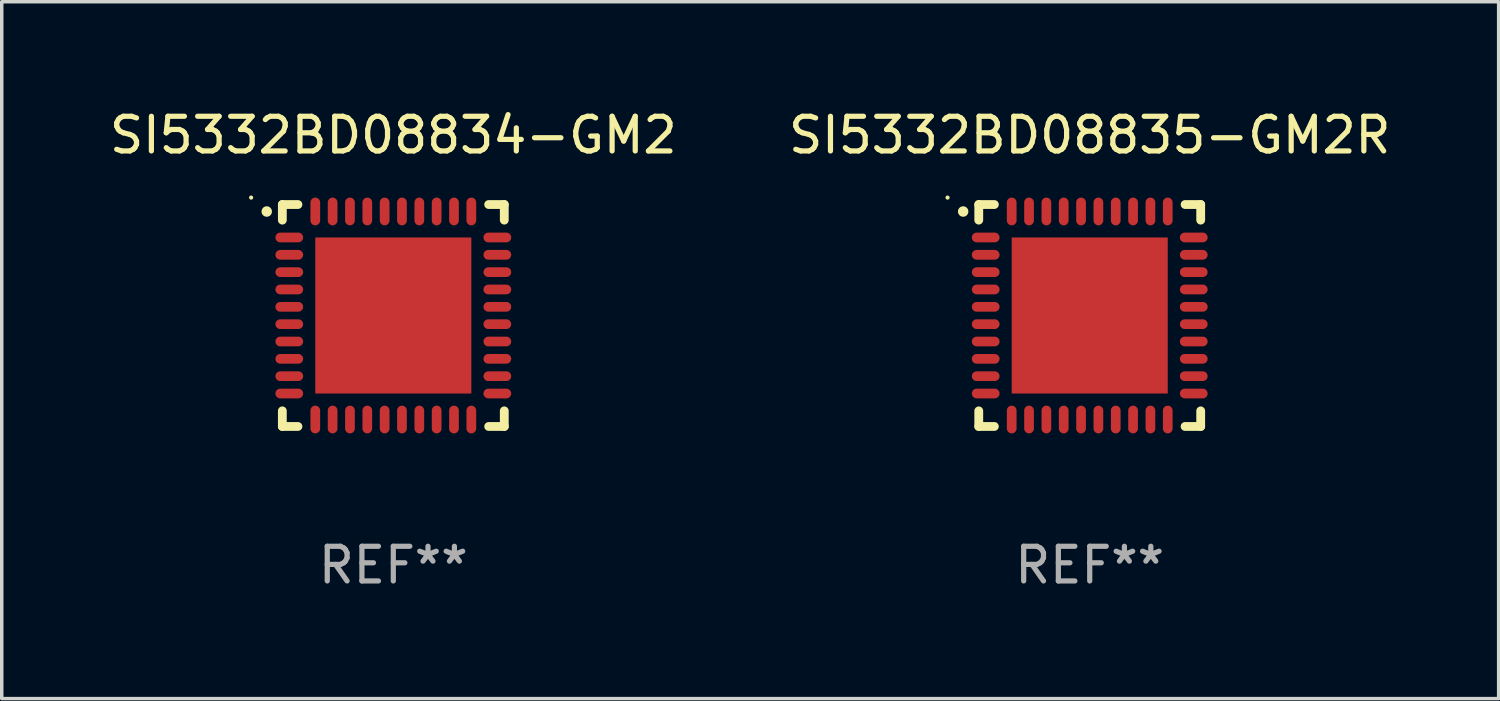
<source format=kicad_pcb>
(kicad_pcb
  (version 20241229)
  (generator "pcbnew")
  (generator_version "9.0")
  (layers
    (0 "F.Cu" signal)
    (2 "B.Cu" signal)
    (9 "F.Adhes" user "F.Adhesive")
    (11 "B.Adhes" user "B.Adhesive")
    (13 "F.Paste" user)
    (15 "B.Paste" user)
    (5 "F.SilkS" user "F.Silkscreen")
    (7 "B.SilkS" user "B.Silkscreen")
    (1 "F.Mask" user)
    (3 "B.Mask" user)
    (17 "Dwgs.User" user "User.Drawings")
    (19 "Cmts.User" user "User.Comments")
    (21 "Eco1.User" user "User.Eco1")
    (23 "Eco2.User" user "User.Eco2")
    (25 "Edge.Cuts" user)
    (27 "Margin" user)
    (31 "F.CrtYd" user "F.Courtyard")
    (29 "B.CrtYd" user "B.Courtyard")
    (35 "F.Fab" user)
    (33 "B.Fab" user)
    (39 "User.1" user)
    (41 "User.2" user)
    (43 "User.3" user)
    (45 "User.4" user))
  (footprint "SI5332BD08835-GM2R"
    (layer "F.Cu")
    (at 28.375 6.048)
    (property "Reference" "SI5332BD08835-GM2R" (at 0 -5.2 0) (layer "F.SilkS") (effects (font (size 1 1) (thickness 0.15))))
    (attr through_hole)
    (fp_line (start -3.2 -3.2) (end -2.75 -3.2) (stroke (width 0.254) (type solid)) (layer "F.SilkS"))
    (fp_line (start -3.2 -2.75) (end -3.2 -3.2) (stroke (width 0.254) (type solid)) (layer "F.SilkS"))
    (fp_line (start -3.2 3.2) (end -3.2 2.75) (stroke (width 0.254) (type solid)) (layer "F.SilkS"))
    (fp_line (start -2.75 3.2) (end -3.2 3.2) (stroke (width 0.254) (type solid)) (layer "F.SilkS"))
    (fp_line (start 2.75 3.2) (end 3.2 3.2) (stroke (width 0.254) (type solid)) (layer "F.SilkS"))
    (fp_line (start 3.2 -3.2) (end 2.75 -3.2) (stroke (width 0.254) (type solid)) (layer "F.SilkS"))
    (fp_line (start 3.2 -2.75) (end 3.2 -3.2) (stroke (width 0.254) (type solid)) (layer "F.SilkS"))
    (fp_line (start 3.2 3.2) (end 3.2 2.75) (stroke (width 0.254) (type solid)) (layer "F.SilkS"))
    (fp_arc (start -3.649987 -2.997206) (mid -3.649992 -2.998476) (end -3.649987 -2.999746) (stroke (width 0.3) (type solid)) (layer "F.SilkS"))
    (fp_circle (center -4.1 -3.4) (end -4.07 -3.4) (stroke (width 0.06) (type solid)) (fill no) (layer "F.SilkS"))
    (fp_text user "REF**" (at 0 7.2 0) (layer "F.Fab") (effects (font (size 1 1) (thickness 0.15))))
    (pad "1" smd oval (at -3 -2.25 90) (size 0.28 0.8) (layers "F.Cu" "F.Mask" "F.Paste"))
    (pad "2" smd oval (at -3 -1.75 90) (size 0.28 0.8) (layers "F.Cu" "F.Mask" "F.Paste"))
    (pad "3" smd oval (at -3 -1.25 90) (size 0.28 0.8) (layers "F.Cu" "F.Mask" "F.Paste"))
    (pad "4" smd oval (at -3 -0.75 90) (size 0.28 0.8) (layers "F.Cu" "F.Mask" "F.Paste"))
    (pad "5" smd oval (at -3 -0.25 90) (size 0.28 0.8) (layers "F.Cu" "F.Mask" "F.Paste"))
    (pad "6" smd oval (at -3 0.25 90) (size 0.28 0.8) (layers "F.Cu" "F.Mask" "F.Paste"))
    (pad "7" smd oval (at -3 0.75 90) (size 0.28 0.8) (layers "F.Cu" "F.Mask" "F.Paste"))
    (pad "8" smd oval (at -3 1.25 90) (size 0.28 0.8) (layers "F.Cu" "F.Mask" "F.Paste"))
    (pad "9" smd oval (at -3 1.75 90) (size 0.28 0.8) (layers "F.Cu" "F.Mask" "F.Paste"))
    (pad "10" smd oval (at -3 2.25 90) (size 0.28 0.8) (layers "F.Cu" "F.Mask" "F.Paste"))
    (pad "11" smd oval (at -2.25 3) (size 0.28 0.8) (layers "F.Cu" "F.Mask" "F.Paste"))
    (pad "12" smd oval (at -1.75 3) (size 0.28 0.8) (layers "F.Cu" "F.Mask" "F.Paste"))
    (pad "13" smd oval (at -1.25 3) (size 0.28 0.8) (layers "F.Cu" "F.Mask" "F.Paste"))
    (pad "14" smd oval (at -0.75 3) (size 0.28 0.8) (layers "F.Cu" "F.Mask" "F.Paste"))
    (pad "15" smd oval (at -0.25 3) (size 0.28 0.8) (layers "F.Cu" "F.Mask" "F.Paste"))
    (pad "16" smd oval (at 0.25 3) (size 0.28 0.8) (layers "F.Cu" "F.Mask" "F.Paste"))
    (pad "17" smd oval (at 0.75 3) (size 0.28 0.8) (layers "F.Cu" "F.Mask" "F.Paste"))
    (pad "18" smd oval (at 1.25 3) (size 0.28 0.8) (layers "F.Cu" "F.Mask" "F.Paste"))
    (pad "19" smd oval (at 1.75 3) (size 0.28 0.8) (layers "F.Cu" "F.Mask" "F.Paste"))
    (pad "20" smd oval (at 2.25 3) (size 0.28 0.8) (layers "F.Cu" "F.Mask" "F.Paste"))
    (pad "21" smd oval (at 3 2.25 90) (size 0.28 0.8) (layers "F.Cu" "F.Mask" "F.Paste"))
    (pad "22" smd oval (at 3 1.75 90) (size 0.28 0.8) (layers "F.Cu" "F.Mask" "F.Paste"))
    (pad "23" smd oval (at 3 1.25 90) (size 0.28 0.8) (layers "F.Cu" "F.Mask" "F.Paste"))
    (pad "24" smd oval (at 3 0.75 90) (size 0.28 0.8) (layers "F.Cu" "F.Mask" "F.Paste"))
    (pad "25" smd oval (at 3 0.25 90) (size 0.28 0.8) (layers "F.Cu" "F.Mask" "F.Paste"))
    (pad "26" smd oval (at 3 -0.25 90) (size 0.28 0.8) (layers "F.Cu" "F.Mask" "F.Paste"))
    (pad "27" smd oval (at 3 -0.75 90) (size 0.28 0.8) (layers "F.Cu" "F.Mask" "F.Paste"))
    (pad "28" smd oval (at 3 -1.25 90) (size 0.28 0.8) (layers "F.Cu" "F.Mask" "F.Paste"))
    (pad "29" smd oval (at 3 -1.75 90) (size 0.28 0.8) (layers "F.Cu" "F.Mask" "F.Paste"))
    (pad "30" smd oval (at 3 -2.25 90) (size 0.28 0.8) (layers "F.Cu" "F.Mask" "F.Paste"))
    (pad "31" smd oval (at 2.25 -3) (size 0.28 0.8) (layers "F.Cu" "F.Mask" "F.Paste"))
    (pad "32" smd oval (at 1.75 -3) (size 0.28 0.8) (layers "F.Cu" "F.Mask" "F.Paste"))
    (pad "33" smd oval (at 1.25 -3) (size 0.28 0.8) (layers "F.Cu" "F.Mask" "F.Paste"))
    (pad "34" smd oval (at 0.75 -3) (size 0.28 0.8) (layers "F.Cu" "F.Mask" "F.Paste"))
    (pad "35" smd oval (at 0.25 -3) (size 0.28 0.8) (layers "F.Cu" "F.Mask" "F.Paste"))
    (pad "36" smd oval (at -0.25 -3) (size 0.28 0.8) (layers "F.Cu" "F.Mask" "F.Paste"))
    (pad "37" smd oval (at -0.75 -3) (size 0.28 0.8) (layers "F.Cu" "F.Mask" "F.Paste"))
    (pad "38" smd oval (at -1.25 -3) (size 0.28 0.8) (layers "F.Cu" "F.Mask" "F.Paste"))
    (pad "39" smd oval (at -1.75 -3) (size 0.28 0.8) (layers "F.Cu" "F.Mask" "F.Paste"))
    (pad "40" smd oval (at -2.25 -3) (size 0.28 0.8) (layers "F.Cu" "F.Mask" "F.Paste"))
    (pad "41" smd rect (at 0 0) (size 4.5 4.5) (layers "F.Cu" "F.Mask" "F.Paste")))
  (footprint "SI5332BD08834-GM2"
    (layer "F.Cu")
    (at 8.292 6.048)
    (property "Reference" "SI5332BD08834-GM2" (at 0 -5.2 0) (layer "F.SilkS") (effects (font (size 1 1) (thickness 0.15))))
    (attr through_hole)
    (fp_line (start -3.2 -3.2) (end -2.75 -3.2) (stroke (width 0.254) (type solid)) (layer "F.SilkS"))
    (fp_line (start -3.2 -2.75) (end -3.2 -3.2) (stroke (width 0.254) (type solid)) (layer "F.SilkS"))
    (fp_line (start -3.2 3.2) (end -3.2 2.75) (stroke (width 0.254) (type solid)) (layer "F.SilkS"))
    (fp_line (start -2.75 3.2) (end -3.2 3.2) (stroke (width 0.254) (type solid)) (layer "F.SilkS"))
    (fp_line (start 2.75 3.2) (end 3.2 3.2) (stroke (width 0.254) (type solid)) (layer "F.SilkS"))
    (fp_line (start 3.2 -3.2) (end 2.75 -3.2) (stroke (width 0.254) (type solid)) (layer "F.SilkS"))
    (fp_line (start 3.2 -2.75) (end 3.2 -3.2) (stroke (width 0.254) (type solid)) (layer "F.SilkS"))
    (fp_line (start 3.2 3.2) (end 3.2 2.75) (stroke (width 0.254) (type solid)) (layer "F.SilkS"))
    (fp_arc (start -3.649987 -2.997206) (mid -3.649992 -2.998476) (end -3.649987 -2.999746) (stroke (width 0.3) (type solid)) (layer "F.SilkS"))
    (fp_circle (center -4.1 -3.4) (end -4.07 -3.4) (stroke (width 0.06) (type solid)) (fill no) (layer "F.SilkS"))
    (fp_text user "REF**" (at 0 7.2 0) (layer "F.Fab") (effects (font (size 1 1) (thickness 0.15))))
    (pad "1" smd oval (at -3 -2.25 90) (size 0.28 0.8) (layers "F.Cu" "F.Mask" "F.Paste"))
    (pad "2" smd oval (at -3 -1.75 90) (size 0.28 0.8) (layers "F.Cu" "F.Mask" "F.Paste"))
    (pad "3" smd oval (at -3 -1.25 90) (size 0.28 0.8) (layers "F.Cu" "F.Mask" "F.Paste"))
    (pad "4" smd oval (at -3 -0.75 90) (size 0.28 0.8) (layers "F.Cu" "F.Mask" "F.Paste"))
    (pad "5" smd oval (at -3 -0.25 90) (size 0.28 0.8) (layers "F.Cu" "F.Mask" "F.Paste"))
    (pad "6" smd oval (at -3 0.25 90) (size 0.28 0.8) (layers "F.Cu" "F.Mask" "F.Paste"))
    (pad "7" smd oval (at -3 0.75 90) (size 0.28 0.8) (layers "F.Cu" "F.Mask" "F.Paste"))
    (pad "8" smd oval (at -3 1.25 90) (size 0.28 0.8) (layers "F.Cu" "F.Mask" "F.Paste"))
    (pad "9" smd oval (at -3 1.75 90) (size 0.28 0.8) (layers "F.Cu" "F.Mask" "F.Paste"))
    (pad "10" smd oval (at -3 2.25 90) (size 0.28 0.8) (layers "F.Cu" "F.Mask" "F.Paste"))
    (pad "11" smd oval (at -2.25 3) (size 0.28 0.8) (layers "F.Cu" "F.Mask" "F.Paste"))
    (pad "12" smd oval (at -1.75 3) (size 0.28 0.8) (layers "F.Cu" "F.Mask" "F.Paste"))
    (pad "13" smd oval (at -1.25 3) (size 0.28 0.8) (layers "F.Cu" "F.Mask" "F.Paste"))
    (pad "14" smd oval (at -0.75 3) (size 0.28 0.8) (layers "F.Cu" "F.Mask" "F.Paste"))
    (pad "15" smd oval (at -0.25 3) (size 0.28 0.8) (layers "F.Cu" "F.Mask" "F.Paste"))
    (pad "16" smd oval (at 0.25 3) (size 0.28 0.8) (layers "F.Cu" "F.Mask" "F.Paste"))
    (pad "17" smd oval (at 0.75 3) (size 0.28 0.8) (layers "F.Cu" "F.Mask" "F.Paste"))
    (pad "18" smd oval (at 1.25 3) (size 0.28 0.8) (layers "F.Cu" "F.Mask" "F.Paste"))
    (pad "19" smd oval (at 1.75 3) (size 0.28 0.8) (layers "F.Cu" "F.Mask" "F.Paste"))
    (pad "20" smd oval (at 2.25 3) (size 0.28 0.8) (layers "F.Cu" "F.Mask" "F.Paste"))
    (pad "21" smd oval (at 3 2.25 90) (size 0.28 0.8) (layers "F.Cu" "F.Mask" "F.Paste"))
    (pad "22" smd oval (at 3 1.75 90) (size 0.28 0.8) (layers "F.Cu" "F.Mask" "F.Paste"))
    (pad "23" smd oval (at 3 1.25 90) (size 0.28 0.8) (layers "F.Cu" "F.Mask" "F.Paste"))
    (pad "24" smd oval (at 3 0.75 90) (size 0.28 0.8) (layers "F.Cu" "F.Mask" "F.Paste"))
    (pad "25" smd oval (at 3 0.25 90) (size 0.28 0.8) (layers "F.Cu" "F.Mask" "F.Paste"))
    (pad "26" smd oval (at 3 -0.25 90) (size 0.28 0.8) (layers "F.Cu" "F.Mask" "F.Paste"))
    (pad "27" smd oval (at 3 -0.75 90) (size 0.28 0.8) (layers "F.Cu" "F.Mask" "F.Paste"))
    (pad "28" smd oval (at 3 -1.25 90) (size 0.28 0.8) (layers "F.Cu" "F.Mask" "F.Paste"))
    (pad "29" smd oval (at 3 -1.75 90) (size 0.28 0.8) (layers "F.Cu" "F.Mask" "F.Paste"))
    (pad "30" smd oval (at 3 -2.25 90) (size 0.28 0.8) (layers "F.Cu" "F.Mask" "F.Paste"))
    (pad "31" smd oval (at 2.25 -3) (size 0.28 0.8) (layers "F.Cu" "F.Mask" "F.Paste"))
    (pad "32" smd oval (at 1.75 -3) (size 0.28 0.8) (layers "F.Cu" "F.Mask" "F.Paste"))
    (pad "33" smd oval (at 1.25 -3) (size 0.28 0.8) (layers "F.Cu" "F.Mask" "F.Paste"))
    (pad "34" smd oval (at 0.75 -3) (size 0.28 0.8) (layers "F.Cu" "F.Mask" "F.Paste"))
    (pad "35" smd oval (at 0.25 -3) (size 0.28 0.8) (layers "F.Cu" "F.Mask" "F.Paste"))
    (pad "36" smd oval (at -0.25 -3) (size 0.28 0.8) (layers "F.Cu" "F.Mask" "F.Paste"))
    (pad "37" smd oval (at -0.75 -3) (size 0.28 0.8) (layers "F.Cu" "F.Mask" "F.Paste"))
    (pad "38" smd oval (at -1.25 -3) (size 0.28 0.8) (layers "F.Cu" "F.Mask" "F.Paste"))
    (pad "39" smd oval (at -1.75 -3) (size 0.28 0.8) (layers "F.Cu" "F.Mask" "F.Paste"))
    (pad "40" smd oval (at -2.25 -3) (size 0.28 0.8) (layers "F.Cu" "F.Mask" "F.Paste"))
    (pad "41" smd rect (at 0 0) (size 4.5 4.5) (layers "F.Cu" "F.Mask" "F.Paste")))
  (gr_rect
    (start -3 -3)
    (end 40.167 17.096)
    (stroke (width 0.1) (type default))
    (fill no)
    (layer "Edge.Cuts")))
</source>
